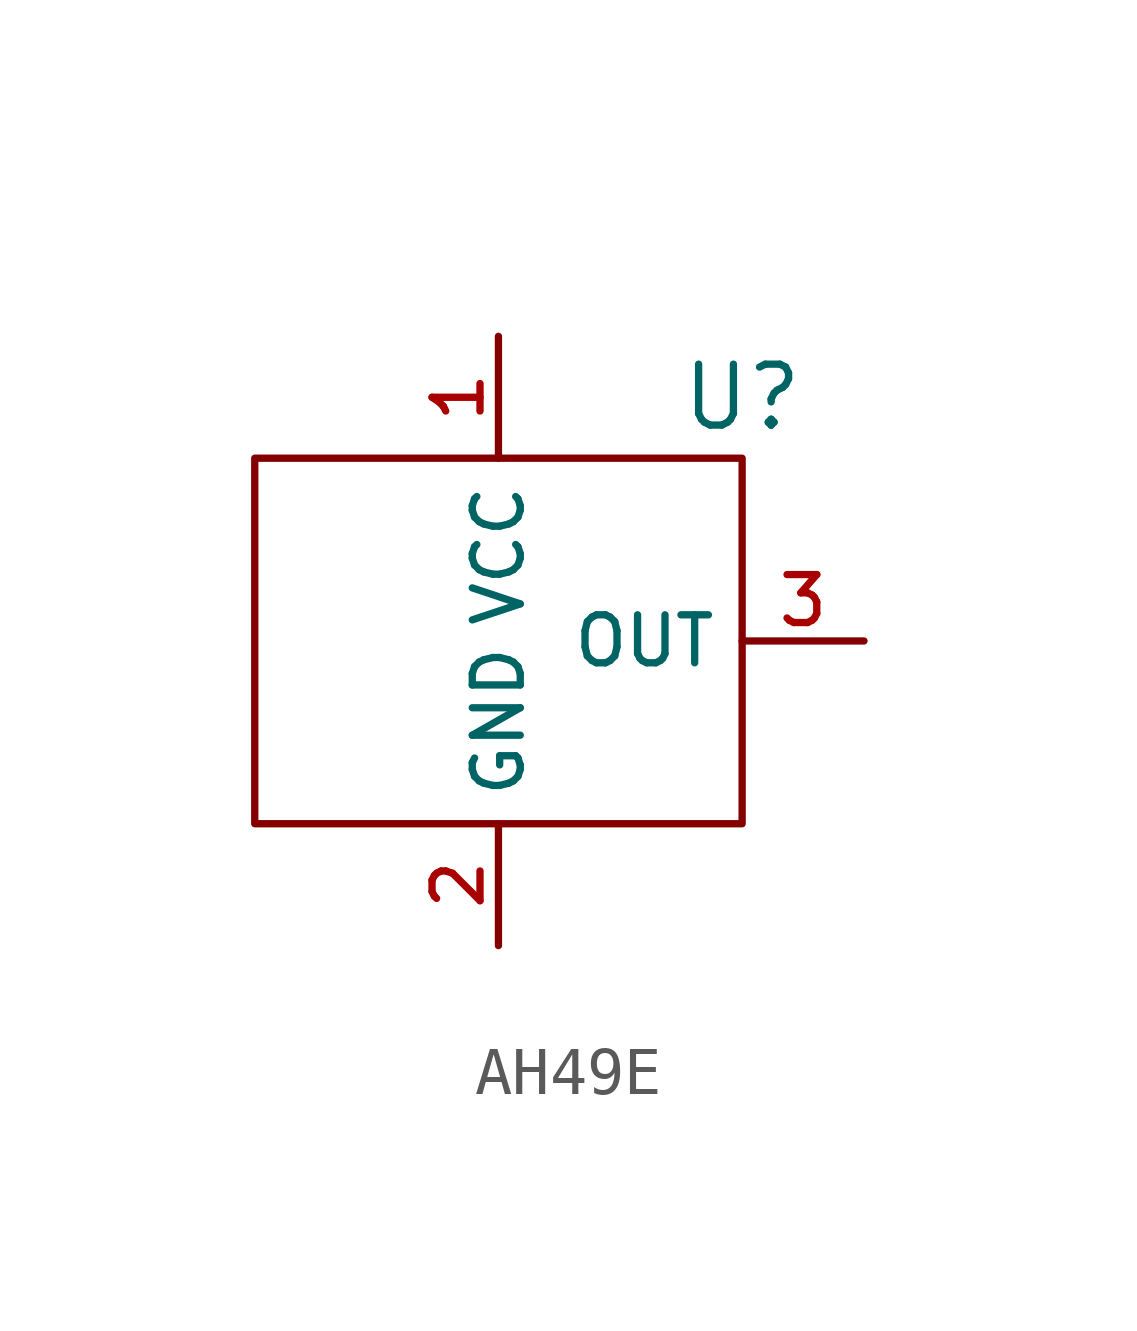
<source format=kicad_sym>
(kicad_symbol_lib
  (version 20220914)
  (generator kicad_symbol_editor)
  (symbol "AH49E"
    (property "Reference" "U"
      (at 5.08 5.08 0)
      (effects (font (size 1.27 1.27))))
    (property "Value" ""
      (at -1.27 7.62 0)
      (effects (font (size 1.27 1.27))))
    (symbol "AH49E_0_1"
      (rectangle (start -5.08 3.81) (end 5.08 -3.81) (stroke (width 0) (type default)) (fill (type none))))
    (symbol "AH49E_1_1"
      (pin input line (at 0 6.35 270) (length 2.54) (name "VCC" (effects (font (size 1 1)))) (number "1" (effects (font (size 1 1)))))
      (pin input line (at 0 -6.35 90) (length 2.54) (name "GND" (effects (font (size 1 1)))) (number "2" (effects (font (size 1 1)))))
      (pin output line (at 7.62 0 180) (length 2.54) (name "OUT" (effects (font (size 1 1)))) (number "3" (effects (font (size 1 1))))))))
</source>
